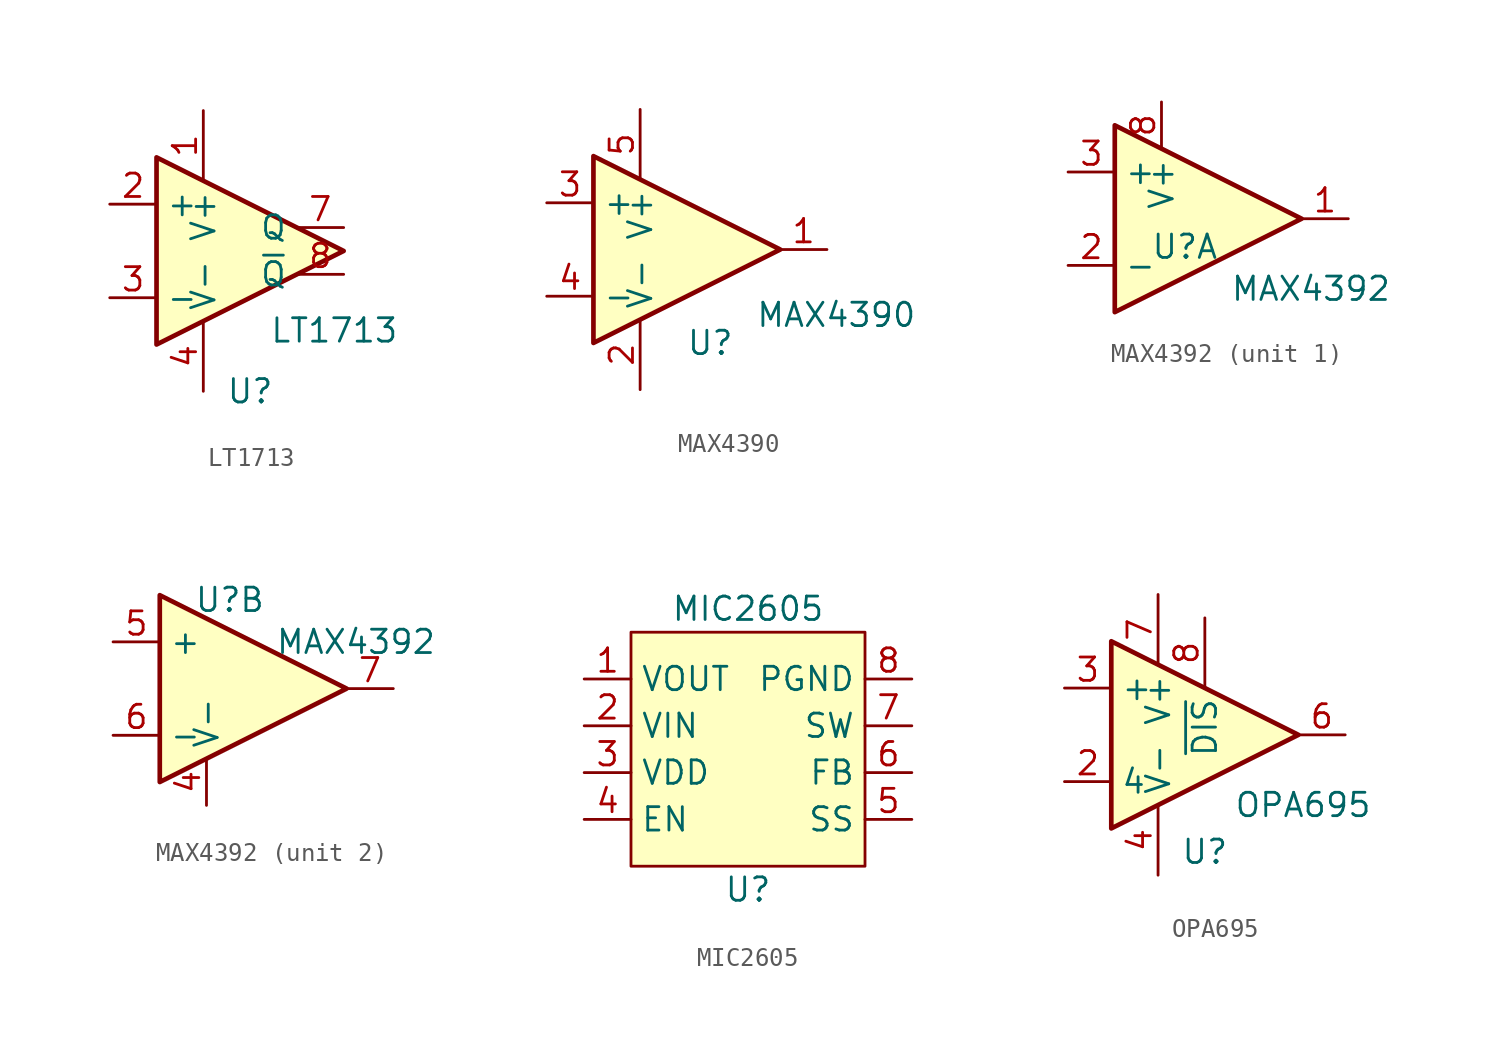
<source format=kicad_sym>
(kicad_symbol_lib
  (version 20231120)
  (generator "kicad_symbol_editor")
  (generator_version "8.0")
  (symbol "LT1713"
    (property "Reference" "U"
      (at 0 0 0)
      (effects (font (size 1.27 1.27))))
    (property "Value" "LT1713"
      (at 4.572 3.302 0)
      (effects (font (size 1.27 1.27))))
    (symbol "LT1713_0_1"
      (polyline (pts (xy 5.08 7.62) (xy -5.08 12.7) (xy -5.08 2.54) (xy 5.08 7.62)) (stroke (width 0.254) (type default)) (fill (type background))))
    (symbol "LT1713_1_1"
      (pin power_in line (at -2.54 15.24 270) (length 3.81) (name "V+" (effects (font (size 1.27 1.27)))) (number "1" (effects (font (size 1.27 1.27)))))
      (pin input line (at -7.62 10.16 0) (length 2.54) (name "+" (effects (font (size 1.27 1.27)))) (number "2" (effects (font (size 1.27 1.27)))))
      (pin input line (at -7.62 5.08 0) (length 2.54) (name "-" (effects (font (size 1.27 1.27)))) (number "3" (effects (font (size 1.27 1.27)))))
      (pin power_in line (at -2.54 0 90) (length 3.81) (name "V-" (effects (font (size 1.27 1.27)))) (number "4" (effects (font (size 1.27 1.27)))))
      (pin output line (at 5.08 8.89 180) (length 2.54) (name "Q" (effects (font (size 1.27 1.27)))) (number "7" (effects (font (size 1.27 1.27)))))
      (pin output line (at 5.08 6.35 180) (length 2.54) (name "~{Q}" (effects (font (size 1.27 1.27)))) (number "8" (effects (font (size 1.27 1.27)))))))
  (symbol "MAX4390"
    (property "Reference" "U"
      (at 0 0 0)
      (effects (font (size 1.27 1.27))))
    (property "Value" "MAX4390"
      (at 6.858 1.524 0)
      (effects (font (size 1.27 1.27))))
    (symbol "MAX4390_0_1"
      (polyline (pts (xy 3.81 5.08) (xy -6.35 10.16) (xy -6.35 0) (xy 3.81 5.08)) (stroke (width 0.254) (type default)) (fill (type background))))
    (symbol "MAX4390_1_1"
      (pin output line (at 6.35 5.08 180) (length 2.54) (name "~" (effects (font (size 1.27 1.27)))) (number "1" (effects (font (size 1.27 1.27)))))
      (pin power_in line (at -3.81 -2.54 90) (length 3.81) (name "V-" (effects (font (size 1.27 1.27)))) (number "2" (effects (font (size 1.27 1.27)))))
      (pin input line (at -8.89 7.62 0) (length 2.54) (name "+" (effects (font (size 1.27 1.27)))) (number "3" (effects (font (size 1.27 1.27)))))
      (pin input line (at -8.89 2.54 0) (length 2.54) (name "-" (effects (font (size 1.27 1.27)))) (number "4" (effects (font (size 1.27 1.27)))))
      (pin power_in line (at -3.81 12.7 270) (length 3.81) (name "V+" (effects (font (size 1.27 1.27)))) (number "5" (effects (font (size 1.27 1.27)))))))
  (symbol "MAX4392"
    (property "Reference" "U"
      (at 0 4.826 0)
      (effects (font (size 1.27 1.27))))
    (property "Value" "MAX4392"
      (at 6.858 2.54 0)
      (effects (font (size 1.27 1.27))))
    (property "ki_locked" ""
      (at 0 0 0)
      (effects (font (size 1.27 1.27))))
    (symbol "MAX4392_1_1"
      (polyline (pts (xy -3.81 11.43) (xy 6.35 6.35) (xy -3.81 1.27) (xy -3.81 11.43)) (stroke (width 0.254) (type default)) (fill (type background)))
      (pin output line (at 8.89 6.35 180) (length 2.54) (name "~" (effects (font (size 1.27 1.27)))) (number "1" (effects (font (size 1.27 1.27)))))
      (pin input line (at -6.35 3.81 0) (length 2.54) (name "-" (effects (font (size 1.27 1.27)))) (number "2" (effects (font (size 1.27 1.27)))))
      (pin input line (at -6.35 8.89 0) (length 2.54) (name "+" (effects (font (size 1.27 1.27)))) (number "3" (effects (font (size 1.27 1.27)))))
      (pin bidirectional line (at -1.27 12.7 270) (length 2.54) (name "V+" (effects (font (size 1.27 1.27)))) (number "8" (effects (font (size 1.27 1.27))))))
    (symbol "MAX4392_2_1"
      (polyline (pts (xy -3.81 5.08) (xy 6.35 0) (xy -3.81 -5.08) (xy -3.81 5.08)) (stroke (width 0.254) (type default)) (fill (type background)))
      (pin bidirectional line (at -1.27 -6.35 90) (length 2.54) (name "V-" (effects (font (size 1.27 1.27)))) (number "4" (effects (font (size 1.27 1.27)))))
      (pin input line (at -6.35 2.54 0) (length 2.54) (name "+" (effects (font (size 1.27 1.27)))) (number "5" (effects (font (size 1.27 1.27)))))
      (pin input line (at -6.35 -2.54 0) (length 2.54) (name "-" (effects (font (size 1.27 1.27)))) (number "6" (effects (font (size 1.27 1.27)))))
      (pin output line (at 8.89 0 180) (length 2.54) (name "~" (effects (font (size 1.27 1.27)))) (number "7" (effects (font (size 1.27 1.27)))))))
  (symbol "MIC2605"
    (property "Reference" "U"
      (at 0 0 0)
      (effects (font (size 1.27 1.27))))
    (property "Value" "MIC2605"
      (at 0 15.24 0)
      (effects (font (size 1.27 1.27))))
    (symbol "MIC2605_1_1"
      (rectangle (start -6.35 13.97) (end 6.35 1.27) (stroke (width 0) (type default)) (fill (type background)))
      (pin bidirectional line (at -8.89 11.43 0) (length 2.54) (name "VOUT" (effects (font (size 1.27 1.27)))) (number "1" (effects (font (size 1.27 1.27)))))
      (pin bidirectional line (at -8.89 8.89 0) (length 2.54) (name "VIN" (effects (font (size 1.27 1.27)))) (number "2" (effects (font (size 1.27 1.27)))))
      (pin bidirectional line (at -8.89 6.35 0) (length 2.54) (name "VDD" (effects (font (size 1.27 1.27)))) (number "3" (effects (font (size 1.27 1.27)))))
      (pin bidirectional line (at -8.89 3.81 0) (length 2.54) (name "EN" (effects (font (size 1.27 1.27)))) (number "4" (effects (font (size 1.27 1.27)))))
      (pin bidirectional line (at 8.89 3.81 180) (length 2.54) (name "SS" (effects (font (size 1.27 1.27)))) (number "5" (effects (font (size 1.27 1.27)))))
      (pin bidirectional line (at 8.89 6.35 180) (length 2.54) (name "FB" (effects (font (size 1.27 1.27)))) (number "6" (effects (font (size 1.27 1.27)))))
      (pin bidirectional line (at 8.89 8.89 180) (length 2.54) (name "SW" (effects (font (size 1.27 1.27)))) (number "7" (effects (font (size 1.27 1.27)))))
      (pin bidirectional line (at 8.89 11.43 180) (length 2.54) (name "PGND" (effects (font (size 1.27 1.27)))) (number "8" (effects (font (size 1.27 1.27)))))))
  (symbol "OPA695"
    (property "Reference" "U"
      (at 0 0 0)
      (effects (font (size 1.27 1.27))))
    (property "Value" "OPA695"
      (at 5.334 2.54 0)
      (effects (font (size 1.27 1.27))))
    (symbol "OPA695_0_1"
      (polyline (pts (xy 5.08 6.35) (xy -5.08 11.43) (xy -5.08 1.27) (xy 5.08 6.35)) (stroke (width 0.254) (type default)) (fill (type background))))
    (symbol "OPA695_1_1"
      (pin input line (at -7.62 3.81 0) (length 2.54) (name "4" (effects (font (size 1.27 1.27)))) (number "2" (effects (font (size 1.27 1.27)))))
      (pin input line (at -7.62 8.89 0) (length 2.54) (name "+" (effects (font (size 1.27 1.27)))) (number "3" (effects (font (size 1.27 1.27)))))
      (pin power_in line (at -2.54 -1.27 90) (length 3.81) (name "V-" (effects (font (size 1.27 1.27)))) (number "4" (effects (font (size 1.27 1.27)))))
      (pin output line (at 7.62 6.35 180) (length 2.54) (name "~" (effects (font (size 1.27 1.27)))) (number "6" (effects (font (size 1.27 1.27)))))
      (pin power_in line (at -2.54 13.97 270) (length 3.81) (name "V+" (effects (font (size 1.27 1.27)))) (number "7" (effects (font (size 1.27 1.27)))))
      (pin power_in line (at 0 12.7 270) (length 3.81) (name "~{DIS}" (effects (font (size 1.27 1.27)))) (number "8" (effects (font (size 1.27 1.27))))))))
</source>
